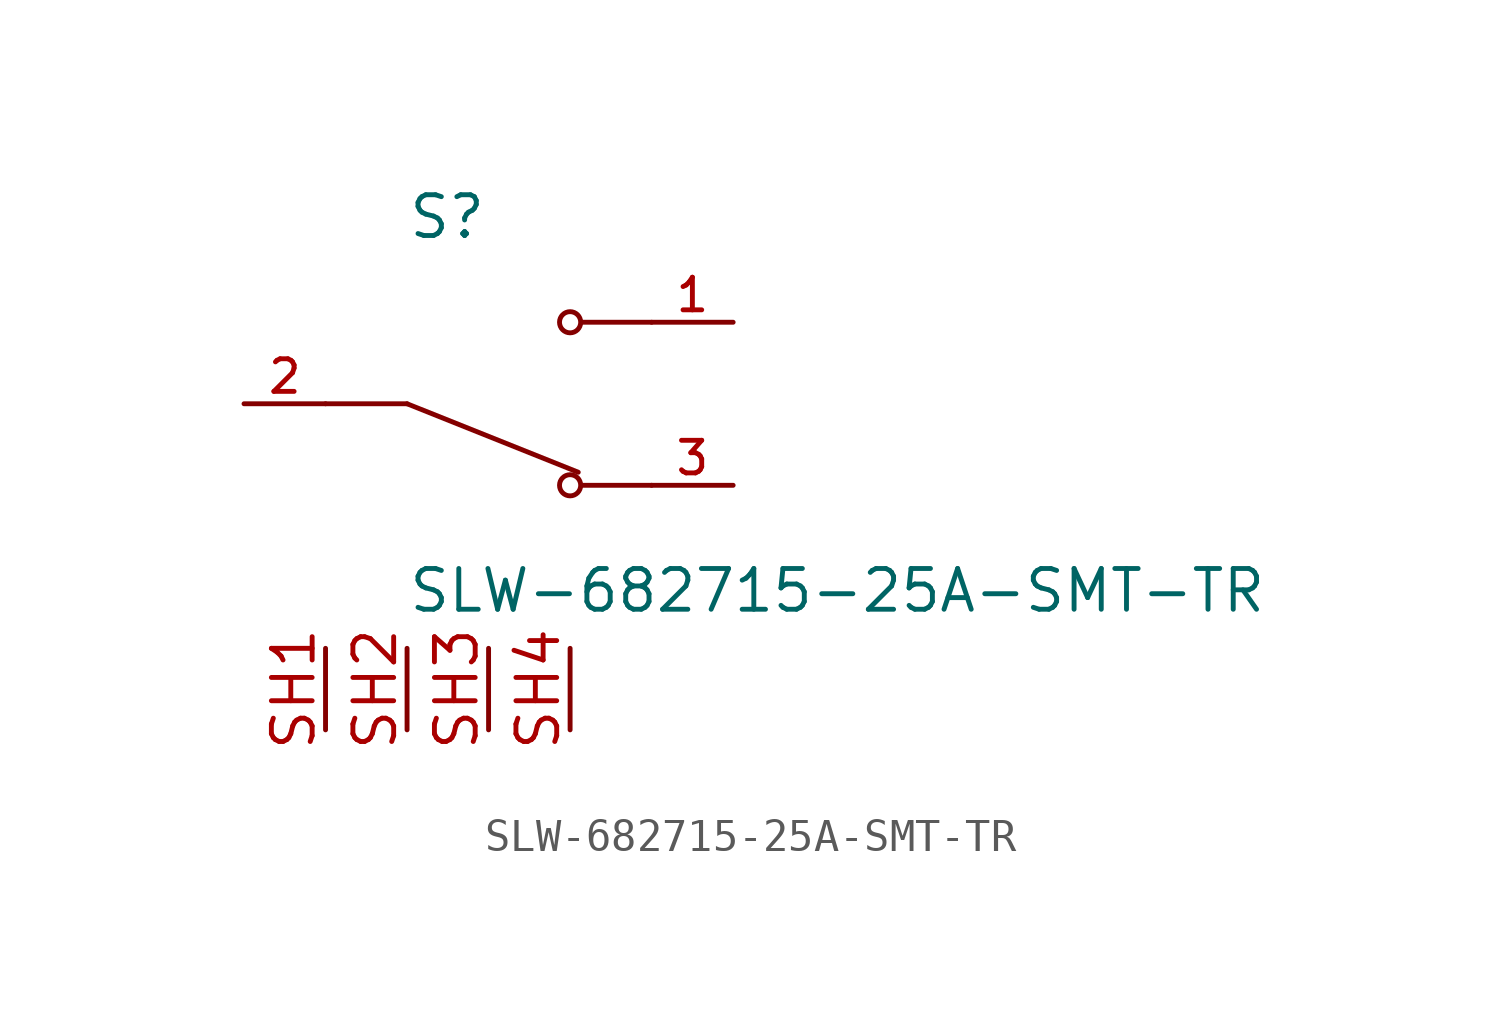
<source format=kicad_sym>
(kicad_symbol_lib
  (version 20241209)
  (generator "kicad_symbol_editor")
  (generator_version "9.0")
  (symbol "SLW-682715-25A-SMT-TR"
    (pin_names
      (offset 1.016))
    (property "Reference" "S"
      (at -2.54 5.08 0)
      (effects (font (size 1.27 1.27)) (justify left bottom)))
    (property "Value" "SLW-682715-25A-SMT-TR"
      (at -2.54 -5.08 0)
      (effects (font (size 1.27 1.27)) (justify left top)))
    (symbol "SLW-682715-25A-SMT-TR_0_0"
      (polyline (pts (xy -2.54 0) (xy -5.08 0)) (stroke (width 0.152) (type default)) (fill (type none)))
      (polyline (pts (xy -2.54 0) (xy 2.794 -2.134)) (stroke (width 0.152) (type default)) (fill (type none)))
      (circle (center 2.54 2.54) (radius 0.33) (stroke (width 0.152) (type default)) (fill (type none)))
      (circle (center 2.54 -2.54) (radius 0.33) (stroke (width 0.152) (type default)) (fill (type none)))
      (polyline (pts (xy 5.08 2.54) (xy 2.921 2.54)) (stroke (width 0.152) (type default)) (fill (type none)))
      (polyline (pts (xy 5.08 -2.54) (xy 2.921 -2.54)) (stroke (width 0.152) (type default)) (fill (type none)))
      (pin passive line (at -7.62 0 0) (length 2.54) (name "~" (effects (font (size 1.016 1.016)))) (number "2" (effects (font (size 1.016 1.016)))))
      (pin passive line (at 7.62 2.54 180) (length 2.54) (name "~" (effects (font (size 1.016 1.016)))) (number "1" (effects (font (size 1.016 1.016)))))
      (pin passive line (at 7.62 -2.54 180) (length 2.54) (name "~" (effects (font (size 1.016 1.016)))) (number "3" (effects (font (size 1.016 1.016))))))
    (symbol "SLW-682715-25A-SMT-TR_1_1"
      (pin passive line (at -5.08 -10.16 90) (length 2.54) (name "" (effects (font (size 1.27 1.27)))) (number "SH1" (effects (font (size 1.27 1.27)))))
      (pin passive line (at -2.54 -10.16 90) (length 2.54) (name "" (effects (font (size 1.27 1.27)))) (number "SH2" (effects (font (size 1.27 1.27)))))
      (pin passive line (at 0 -10.16 90) (length 2.54) (name "" (effects (font (size 1.27 1.27)))) (number "SH3" (effects (font (size 1.27 1.27)))))
      (pin passive line (at 2.54 -10.16 90) (length 2.54) (name "" (effects (font (size 1.27 1.27)))) (number "SH4" (effects (font (size 1.27 1.27))))))))
</source>
